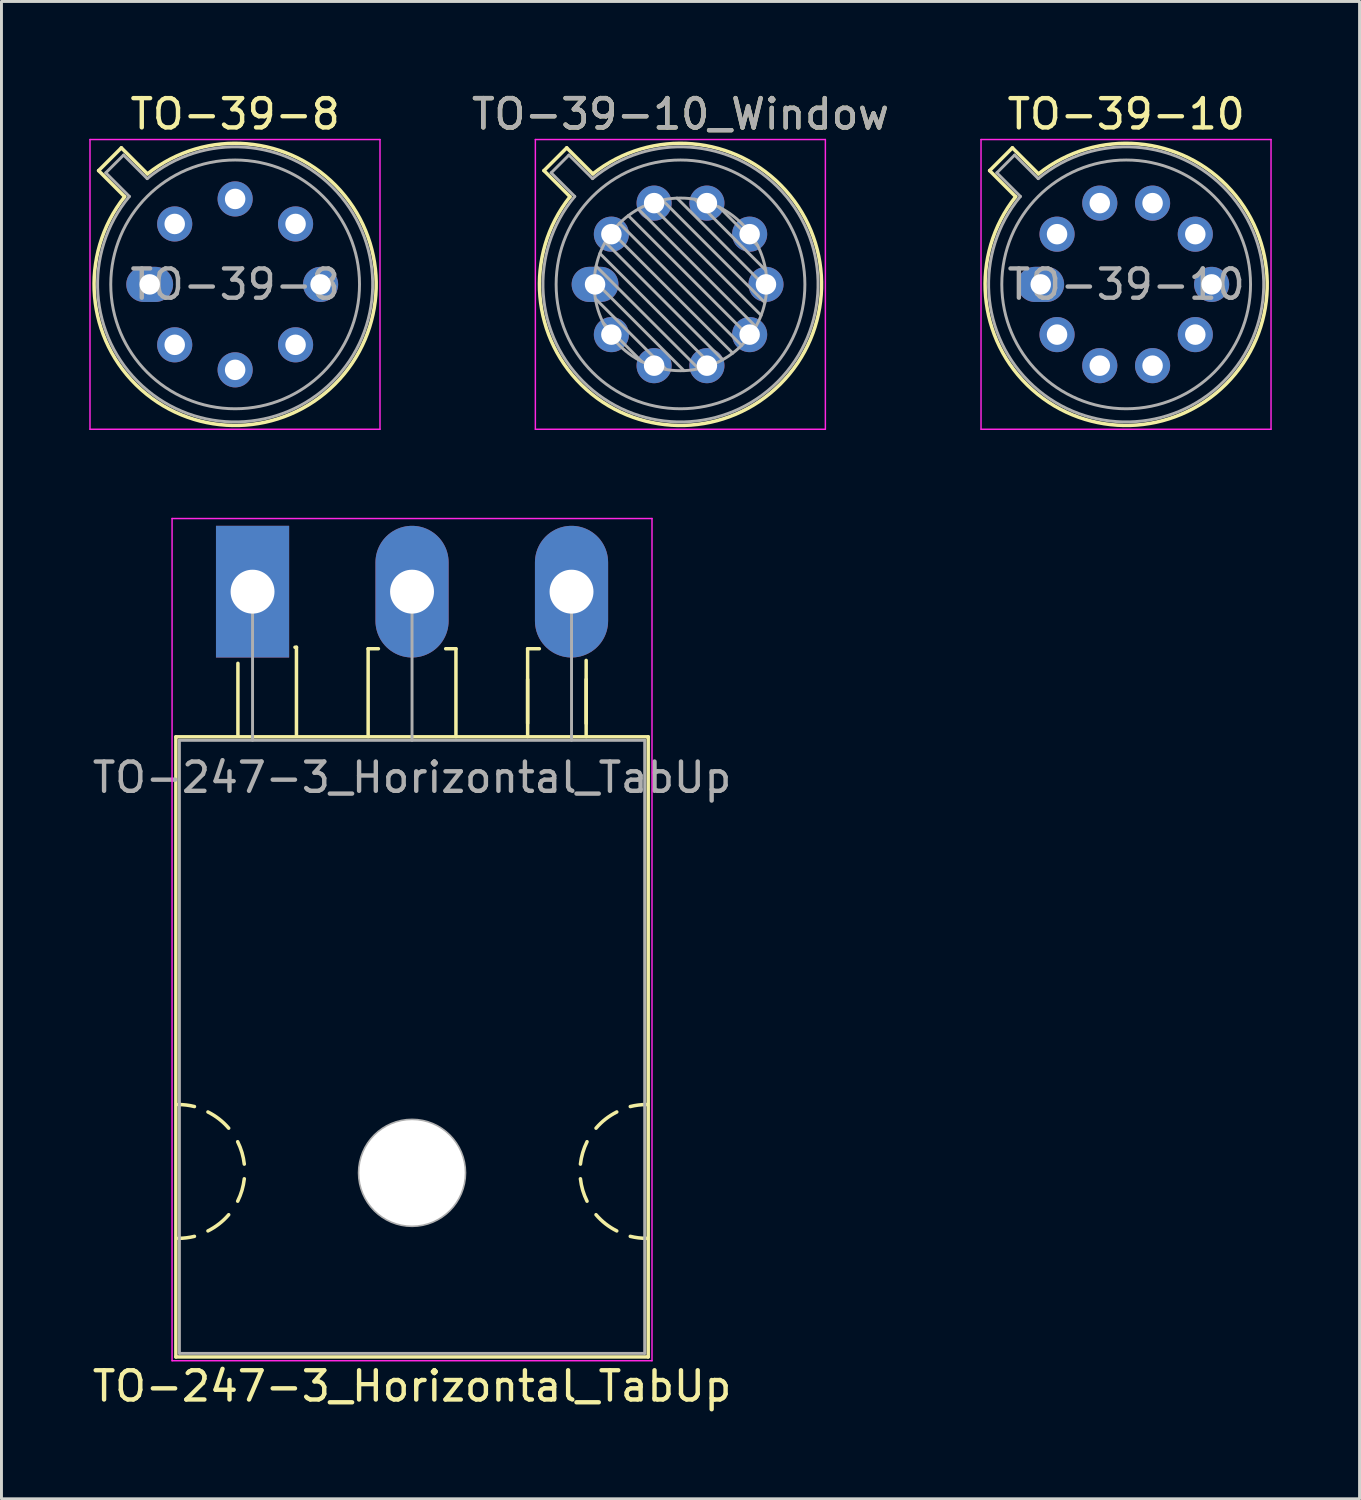
<source format=kicad_pcb>
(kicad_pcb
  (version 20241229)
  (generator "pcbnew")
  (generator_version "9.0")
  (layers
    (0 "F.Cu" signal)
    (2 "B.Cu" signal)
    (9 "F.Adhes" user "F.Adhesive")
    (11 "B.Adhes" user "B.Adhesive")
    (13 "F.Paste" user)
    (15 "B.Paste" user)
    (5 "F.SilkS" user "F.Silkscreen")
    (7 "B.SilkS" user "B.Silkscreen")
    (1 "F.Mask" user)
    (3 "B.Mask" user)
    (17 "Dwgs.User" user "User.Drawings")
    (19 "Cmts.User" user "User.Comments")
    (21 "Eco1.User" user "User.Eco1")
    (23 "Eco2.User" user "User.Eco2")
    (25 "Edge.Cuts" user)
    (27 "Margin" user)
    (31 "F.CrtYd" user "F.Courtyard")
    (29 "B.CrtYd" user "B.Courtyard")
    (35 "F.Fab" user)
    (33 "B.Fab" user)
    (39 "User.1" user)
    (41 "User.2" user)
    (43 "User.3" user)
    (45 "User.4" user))
  (footprint "TO-39-8"
    (layer "F.Cu")
    (at 2.065 6.668)
    (property "Reference" "TO-39-8" (at 2.92 -5.82 0) (layer "F.SilkS") (effects (font (size 1 1) (thickness 0.15))))
    (attr through_hole)
    (fp_line (start -1.746 -3.888) (end -0.855 -2.997) (stroke (width 0.12) (type solid)) (layer "F.SilkS"))
    (fp_line (start -0.968 -4.666) (end -1.746 -3.888) (stroke (width 0.12) (type solid)) (layer "F.SilkS"))
    (fp_line (start -0.077 -3.775) (end -0.968 -4.666) (stroke (width 0.12) (type solid)) (layer "F.SilkS"))
    (fp_arc (start -0.077084 -3.774902) (mid 6.328125 3.408384) (end -0.854674 -2.997371) (stroke (width 0.12) (type solid)) (layer "F.SilkS"))
    (fp_line (start -2.04 -4.95) (end -2.04 4.95) (stroke (width 0.05) (type solid)) (layer "F.CrtYd"))
    (fp_line (start -2.04 4.95) (end 7.87 4.95) (stroke (width 0.05) (type solid)) (layer "F.CrtYd"))
    (fp_line (start 7.87 -4.95) (end -2.04 -4.95) (stroke (width 0.05) (type solid)) (layer "F.CrtYd"))
    (fp_line (start 7.87 4.95) (end 7.87 -4.95) (stroke (width 0.05) (type solid)) (layer "F.CrtYd"))
    (fp_line (start -1.5 -3.812) (end -0.694 -3.005) (stroke (width 0.1) (type solid)) (layer "F.Fab"))
    (fp_line (start -0.892 -4.42) (end -1.5 -3.812) (stroke (width 0.1) (type solid)) (layer "F.Fab"))
    (fp_line (start -0.085 -3.614) (end -0.892 -4.42) (stroke (width 0.1) (type solid)) (layer "F.Fab"))
    (fp_arc (start -0.085408 -3.61352) (mid 6.243443 3.323361) (end -0.693594 -3.005319) (stroke (width 0.1) (type solid)) (layer "F.Fab"))
    (fp_circle (center 2.92 0) (end 7.17 0) (stroke (width 0.1) (type solid)) (fill no) (layer "F.Fab"))
    (fp_text user "${REFERENCE}" (at 2.92 0 0) (layer "F.Fab") (effects (font (size 1 1) (thickness 0.15))))
    (pad "1" thru_hole oval (at 0 0) (size 1.6 1.2) (drill 0.7) (layers "*.Cu" "*.Mask"))
    (pad "2" thru_hole oval (at 0.855 2.065) (size 1.2 1.2) (drill 0.7) (layers "*.Cu" "*.Mask"))
    (pad "3" thru_hole oval (at 2.92 2.92) (size 1.2 1.2) (drill 0.7) (layers "*.Cu" "*.Mask"))
    (pad "4" thru_hole oval (at 4.985 2.065) (size 1.2 1.2) (drill 0.7) (layers "*.Cu" "*.Mask"))
    (pad "5" thru_hole oval (at 5.84 0) (size 1.2 1.2) (drill 0.7) (layers "*.Cu" "*.Mask"))
    (pad "6" thru_hole oval (at 4.985 -2.065) (size 1.2 1.2) (drill 0.7) (layers "*.Cu" "*.Mask"))
    (pad "7" thru_hole oval (at 2.92 -2.92) (size 1.2 1.2) (drill 0.7) (layers "*.Cu" "*.Mask"))
    (pad "8" thru_hole oval (at 0.855 -2.065) (size 1.2 1.2) (drill 0.7) (layers "*.Cu" "*.Mask")))
  (footprint "TO-39-10_Window"
    (layer "F.Cu")
    (at 17.284 6.668)
    (property "Reference" "TO-39-10_Window" (at 2.92 -5.82 0) (layer "F.SilkS") (effects (font (size 1 1) (thickness 0.15))))
    (attr through_hole)
    (fp_line (start -1.746 -3.888) (end -0.855 -2.997) (stroke (width 0.12) (type solid)) (layer "F.SilkS"))
    (fp_line (start -0.968 -4.666) (end -1.746 -3.888) (stroke (width 0.12) (type solid)) (layer "F.SilkS"))
    (fp_line (start -0.077 -3.775) (end -0.968 -4.666) (stroke (width 0.12) (type solid)) (layer "F.SilkS"))
    (fp_arc (start -0.077084 -3.774902) (mid 6.328125 3.408384) (end -0.854674 -2.997371) (stroke (width 0.12) (type solid)) (layer "F.SilkS"))
    (fp_line (start -2.04 -4.95) (end -2.04 4.95) (stroke (width 0.05) (type solid)) (layer "F.CrtYd"))
    (fp_line (start -2.04 4.95) (end 7.87 4.95) (stroke (width 0.05) (type solid)) (layer "F.CrtYd"))
    (fp_line (start 7.87 -4.95) (end -2.04 -4.95) (stroke (width 0.05) (type solid)) (layer "F.CrtYd"))
    (fp_line (start 7.87 4.95) (end 7.87 -4.95) (stroke (width 0.05) (type solid)) (layer "F.CrtYd"))
    (fp_line (start -1.5 -3.812) (end -0.694 -3.005) (stroke (width 0.1) (type solid)) (layer "F.Fab"))
    (fp_line (start -0.892 -4.42) (end -1.5 -3.812) (stroke (width 0.1) (type solid)) (layer "F.Fab"))
    (fp_line (start -0.085 -3.614) (end -0.892 -4.42) (stroke (width 0.1) (type solid)) (layer "F.Fab"))
    (fp_line (start -0.028 -0.12) (end 3.04 2.948) (stroke (width 0.1) (type solid)) (layer "F.Fab"))
    (fp_line (start 0.009 0.485) (end 2.435 2.911) (stroke (width 0.1) (type solid)) (layer "F.Fab"))
    (fp_line (start 0.036 -0.622) (end 3.542 2.884) (stroke (width 0.1) (type solid)) (layer "F.Fab"))
    (fp_line (start 0.165 -1.058) (end 3.978 2.755) (stroke (width 0.1) (type solid)) (layer "F.Fab"))
    (fp_line (start 0.283 1.324) (end 1.596 2.637) (stroke (width 0.1) (type solid)) (layer "F.Fab"))
    (fp_line (start 0.346 -1.443) (end 4.363 2.574) (stroke (width 0.1) (type solid)) (layer "F.Fab"))
    (fp_line (start 0.57 -1.784) (end 4.704 2.35) (stroke (width 0.1) (type solid)) (layer "F.Fab"))
    (fp_line (start 0.834 -2.086) (end 5.006 2.086) (stroke (width 0.1) (type solid)) (layer "F.Fab"))
    (fp_line (start 1.136 -2.35) (end 5.27 1.784) (stroke (width 0.1) (type solid)) (layer "F.Fab"))
    (fp_line (start 1.477 -2.574) (end 5.494 1.443) (stroke (width 0.1) (type solid)) (layer "F.Fab"))
    (fp_line (start 1.862 -2.755) (end 5.675 1.058) (stroke (width 0.1) (type solid)) (layer "F.Fab"))
    (fp_line (start 2.298 -2.884) (end 5.804 0.622) (stroke (width 0.1) (type solid)) (layer "F.Fab"))
    (fp_line (start 2.8 -2.948) (end 5.868 0.12) (stroke (width 0.1) (type solid)) (layer "F.Fab"))
    (fp_line (start 3.405 -2.911) (end 5.831 -0.485) (stroke (width 0.1) (type solid)) (layer "F.Fab"))
    (fp_line (start 4.244 -2.637) (end 5.557 -1.324) (stroke (width 0.1) (type solid)) (layer "F.Fab"))
    (fp_arc (start -0.085408 -3.61352) (mid 6.243443 3.323361) (end -0.693594 -3.005319) (stroke (width 0.1) (type solid)) (layer "F.Fab"))
    (fp_circle (center 2.92 0) (end 5.87 0) (stroke (width 0.1) (type solid)) (fill no) (layer "F.Fab"))
    (fp_circle (center 2.92 0) (end 7.17 0) (stroke (width 0.1) (type solid)) (fill no) (layer "F.Fab"))
    (fp_text user "${REFERENCE}" (at 2.92 -5.82 0) (layer "F.Fab") (effects (font (size 1 1) (thickness 0.15))))
    (pad "1" thru_hole oval (at 0 0) (size 1.6 1.2) (drill 0.7) (layers "*.Cu" "*.Mask"))
    (pad "2" thru_hole oval (at 0.558 1.716) (size 1.2 1.2) (drill 0.7) (layers "*.Cu" "*.Mask"))
    (pad "3" thru_hole oval (at 2.018 2.777) (size 1.2 1.2) (drill 0.7) (layers "*.Cu" "*.Mask"))
    (pad "4" thru_hole oval (at 3.822 2.777) (size 1.2 1.2) (drill 0.7) (layers "*.Cu" "*.Mask"))
    (pad "5" thru_hole oval (at 5.282 1.716) (size 1.2 1.2) (drill 0.7) (layers "*.Cu" "*.Mask"))
    (pad "6" thru_hole oval (at 5.84 0) (size 1.2 1.2) (drill 0.7) (layers "*.Cu" "*.Mask"))
    (pad "7" thru_hole oval (at 5.282 -1.716) (size 1.2 1.2) (drill 0.7) (layers "*.Cu" "*.Mask"))
    (pad "8" thru_hole oval (at 3.822 -2.777) (size 1.2 1.2) (drill 0.7) (layers "*.Cu" "*.Mask"))
    (pad "9" thru_hole oval (at 2.018 -2.777) (size 1.2 1.2) (drill 0.7) (layers "*.Cu" "*.Mask"))
    (pad "10" thru_hole oval (at 0.558 -1.716) (size 1.2 1.2) (drill 0.7) (layers "*.Cu" "*.Mask")))
  (footprint "TO-247-3_Horizontal_TabUp"
    (layer "F.Cu")
    (at 5.58 17.168)
    (property "Reference" "TO-247-3_Horizontal_TabUp" (at 5.45 27.15 0) (layer "F.SilkS") (effects (font (size 1 1) (thickness 0.15))))
    (attr through_hole)
    (fp_line (start -2.62 4.96) (end -2.62 26.15) (stroke (width 0.12) (type solid)) (layer "F.SilkS"))
    (fp_line (start -2.62 4.96) (end 13.52 4.96) (stroke (width 0.12) (type solid)) (layer "F.SilkS"))
    (fp_line (start -2.62 26.15) (end 13.52 26.15) (stroke (width 0.12) (type solid)) (layer "F.SilkS"))
    (fp_line (start -0.5 4.9) (end -0.5 2.45) (stroke (width 0.12) (type solid)) (layer "F.SilkS"))
    (fp_line (start 1.5 1.9) (end 1.45 1.9) (stroke (width 0.12) (type solid)) (layer "F.SilkS"))
    (fp_line (start 1.5 4.9) (end 1.5 1.9) (stroke (width 0.12) (type solid)) (layer "F.SilkS"))
    (fp_line (start 3.95 1.95) (end 4.3 1.95) (stroke (width 0.12) (type solid)) (layer "F.SilkS"))
    (fp_line (start 3.95 4.95) (end 3.95 1.95) (stroke (width 0.12) (type solid)) (layer "F.SilkS"))
    (fp_line (start 6.95 1.95) (end 6.6 1.95) (stroke (width 0.12) (type solid)) (layer "F.SilkS"))
    (fp_line (start 6.95 4.95) (end 6.95 1.95) (stroke (width 0.12) (type solid)) (layer "F.SilkS"))
    (fp_line (start 9.4 1.95) (end 9.8 1.95) (stroke (width 0.12) (type solid)) (layer "F.SilkS"))
    (fp_line (start 9.4 4.5) (end 9.4 3) (stroke (width 0.12) (type solid)) (layer "F.SilkS"))
    (fp_line (start 9.4 4.95) (end 9.4 1.95) (stroke (width 0.12) (type solid)) (layer "F.SilkS"))
    (fp_line (start 11.4 4.5) (end 11.4 3) (stroke (width 0.12) (type solid)) (layer "F.SilkS"))
    (fp_line (start 11.4 4.95) (end 11.4 2.35) (stroke (width 0.12) (type solid)) (layer "F.SilkS"))
    (fp_line (start 13.52 4.96) (end 13.52 26.15) (stroke (width 0.12) (type solid)) (layer "F.SilkS"))
    (fp_arc (start -2.54 17.526) (mid -2.260689 17.543128) (end -1.985564 17.594254) (stroke (width 0.12) (type solid)) (layer "F.SilkS"))
    (fp_arc (start -1.985564 22.029746) (mid -2.260689 22.080872) (end -2.54 22.098) (stroke (width 0.12) (type solid)) (layer "F.SilkS"))
    (fp_arc (start -1.524001 17.780001) (mid -1.14188 18.02132) (end -0.815088 18.333504) (stroke (width 0.12) (type solid)) (layer "F.SilkS"))
    (fp_arc (start -0.815087 21.290497) (mid -1.141879 21.60268) (end -1.524 21.844) (stroke (width 0.12) (type solid)) (layer "F.SilkS"))
    (fp_arc (start -0.508001 18.796001) (mid -0.361178 19.168563) (end -0.282051 19.561117) (stroke (width 0.12) (type solid)) (layer "F.SilkS"))
    (fp_arc (start -0.282051 20.062883) (mid -0.361178 20.455437) (end -0.508001 20.827999) (stroke (width 0.12) (type solid)) (layer "F.SilkS"))
    (fp_arc (start 11.204051 19.561117) (mid 11.283178 19.168563) (end 11.430001 18.796001) (stroke (width 0.12) (type solid)) (layer "F.SilkS"))
    (fp_arc (start 11.430001 20.827999) (mid 11.283178 20.455437) (end 11.204051 20.062883) (stroke (width 0.12) (type solid)) (layer "F.SilkS"))
    (fp_arc (start 11.737087 18.333503) (mid 12.063879 18.02132) (end 12.446 17.78) (stroke (width 0.12) (type solid)) (layer "F.SilkS"))
    (fp_arc (start 12.446001 21.843999) (mid 12.06388 21.60268) (end 11.737088 21.290496) (stroke (width 0.12) (type solid)) (layer "F.SilkS"))
    (fp_arc (start 12.907564 17.594254) (mid 13.182689 17.543128) (end 13.462 17.526) (stroke (width 0.12) (type solid)) (layer "F.SilkS"))
    (fp_arc (start 13.462 22.098) (mid 13.182689 22.080872) (end 12.907564 22.029746) (stroke (width 0.12) (type solid)) (layer "F.SilkS"))
    (fp_line (start -2.75 -2.5) (end -2.75 26.28) (stroke (width 0.05) (type solid)) (layer "F.CrtYd"))
    (fp_line (start -2.75 26.28) (end 13.65 26.28) (stroke (width 0.05) (type solid)) (layer "F.CrtYd"))
    (fp_line (start 13.65 -2.5) (end -2.75 -2.5) (stroke (width 0.05) (type solid)) (layer "F.CrtYd"))
    (fp_line (start 13.65 26.28) (end 13.65 -2.5) (stroke (width 0.05) (type solid)) (layer "F.CrtYd"))
    (fp_line (start -2.5 5.08) (end -2.5 26.03) (stroke (width 0.1) (type solid)) (layer "F.Fab"))
    (fp_line (start -2.5 26.03) (end 13.4 26.03) (stroke (width 0.1) (type solid)) (layer "F.Fab"))
    (fp_line (start 0 5.08) (end 0 0) (stroke (width 0.1) (type solid)) (layer "F.Fab"))
    (fp_line (start 5.45 5.08) (end 5.45 0) (stroke (width 0.1) (type solid)) (layer "F.Fab"))
    (fp_line (start 10.9 5.08) (end 10.9 0) (stroke (width 0.1) (type solid)) (layer "F.Fab"))
    (fp_line (start 13.4 5.08) (end -2.5 5.08) (stroke (width 0.1) (type solid)) (layer "F.Fab"))
    (fp_line (start 13.4 26.03) (end 13.4 5.08) (stroke (width 0.1) (type solid)) (layer "F.Fab"))
    (fp_circle (center 5.45 19.86) (end 7.255 19.86) (stroke (width 0.1) (type solid)) (fill no) (layer "F.Fab"))
    (fp_text user "${REFERENCE}" (at 5.45 6.35 0) (layer "F.Fab") (effects (font (size 1 1) (thickness 0.15))))
    (pad "" np_thru_hole oval (at 5.45 19.86) (size 3.6 3.6) (drill 3.6) (layers "*.Cu" "*.Mask"))
    (pad "1" thru_hole rect (at 0 0) (size 2.5 4.5) (drill 1.5) (layers "*.Cu" "*.Mask"))
    (pad "2" thru_hole oval (at 5.45 0) (size 2.5 4.5) (drill 1.5) (layers "*.Cu" "*.Mask"))
    (pad "3" thru_hole oval (at 10.9 0) (size 2.5 4.5) (drill 1.5) (layers "*.Cu" "*.Mask")))
  (footprint "TO-39-10"
    (layer "F.Cu")
    (at 32.513 6.668)
    (property "Reference" "TO-39-10" (at 2.92 -5.82 0) (layer "F.SilkS") (effects (font (size 1 1) (thickness 0.15))))
    (attr through_hole)
    (fp_line (start -1.746 -3.888) (end -0.855 -2.997) (stroke (width 0.12) (type solid)) (layer "F.SilkS"))
    (fp_line (start -0.968 -4.666) (end -1.746 -3.888) (stroke (width 0.12) (type solid)) (layer "F.SilkS"))
    (fp_line (start -0.077 -3.775) (end -0.968 -4.666) (stroke (width 0.12) (type solid)) (layer "F.SilkS"))
    (fp_arc (start -0.077084 -3.774902) (mid 6.328125 3.408384) (end -0.854674 -2.997371) (stroke (width 0.12) (type solid)) (layer "F.SilkS"))
    (fp_line (start -2.04 -4.95) (end -2.04 4.95) (stroke (width 0.05) (type solid)) (layer "F.CrtYd"))
    (fp_line (start -2.04 4.95) (end 7.87 4.95) (stroke (width 0.05) (type solid)) (layer "F.CrtYd"))
    (fp_line (start 7.87 -4.95) (end -2.04 -4.95) (stroke (width 0.05) (type solid)) (layer "F.CrtYd"))
    (fp_line (start 7.87 4.95) (end 7.87 -4.95) (stroke (width 0.05) (type solid)) (layer "F.CrtYd"))
    (fp_line (start -1.5 -3.812) (end -0.694 -3.005) (stroke (width 0.1) (type solid)) (layer "F.Fab"))
    (fp_line (start -0.892 -4.42) (end -1.5 -3.812) (stroke (width 0.1) (type solid)) (layer "F.Fab"))
    (fp_line (start -0.085 -3.614) (end -0.892 -4.42) (stroke (width 0.1) (type solid)) (layer "F.Fab"))
    (fp_arc (start -0.085408 -3.61352) (mid 6.243443 3.323361) (end -0.693594 -3.005319) (stroke (width 0.1) (type solid)) (layer "F.Fab"))
    (fp_circle (center 2.92 0) (end 7.17 0) (stroke (width 0.1) (type solid)) (fill no) (layer "F.Fab"))
    (fp_text user "${REFERENCE}" (at 2.92 0 0) (layer "F.Fab") (effects (font (size 1 1) (thickness 0.15))))
    (pad "1" thru_hole oval (at 0 0) (size 1.6 1.2) (drill 0.7) (layers "*.Cu" "*.Mask"))
    (pad "2" thru_hole oval (at 0.558 1.716) (size 1.2 1.2) (drill 0.7) (layers "*.Cu" "*.Mask"))
    (pad "3" thru_hole oval (at 2.018 2.777) (size 1.2 1.2) (drill 0.7) (layers "*.Cu" "*.Mask"))
    (pad "4" thru_hole oval (at 3.822 2.777) (size 1.2 1.2) (drill 0.7) (layers "*.Cu" "*.Mask"))
    (pad "5" thru_hole oval (at 5.282 1.716) (size 1.2 1.2) (drill 0.7) (layers "*.Cu" "*.Mask"))
    (pad "6" thru_hole oval (at 5.84 0) (size 1.2 1.2) (drill 0.7) (layers "*.Cu" "*.Mask"))
    (pad "7" thru_hole oval (at 5.282 -1.716) (size 1.2 1.2) (drill 0.7) (layers "*.Cu" "*.Mask"))
    (pad "8" thru_hole oval (at 3.822 -2.777) (size 1.2 1.2) (drill 0.7) (layers "*.Cu" "*.Mask"))
    (pad "9" thru_hole oval (at 2.018 -2.777) (size 1.2 1.2) (drill 0.7) (layers "*.Cu" "*.Mask"))
    (pad "10" thru_hole oval (at 0.558 -1.716) (size 1.2 1.2) (drill 0.7) (layers "*.Cu" "*.Mask")))
  (gr_rect
    (start -3 -3)
    (end 43.408 48.166)
    (stroke (width 0.1) (type default))
    (fill no)
    (layer "Edge.Cuts")))
</source>
